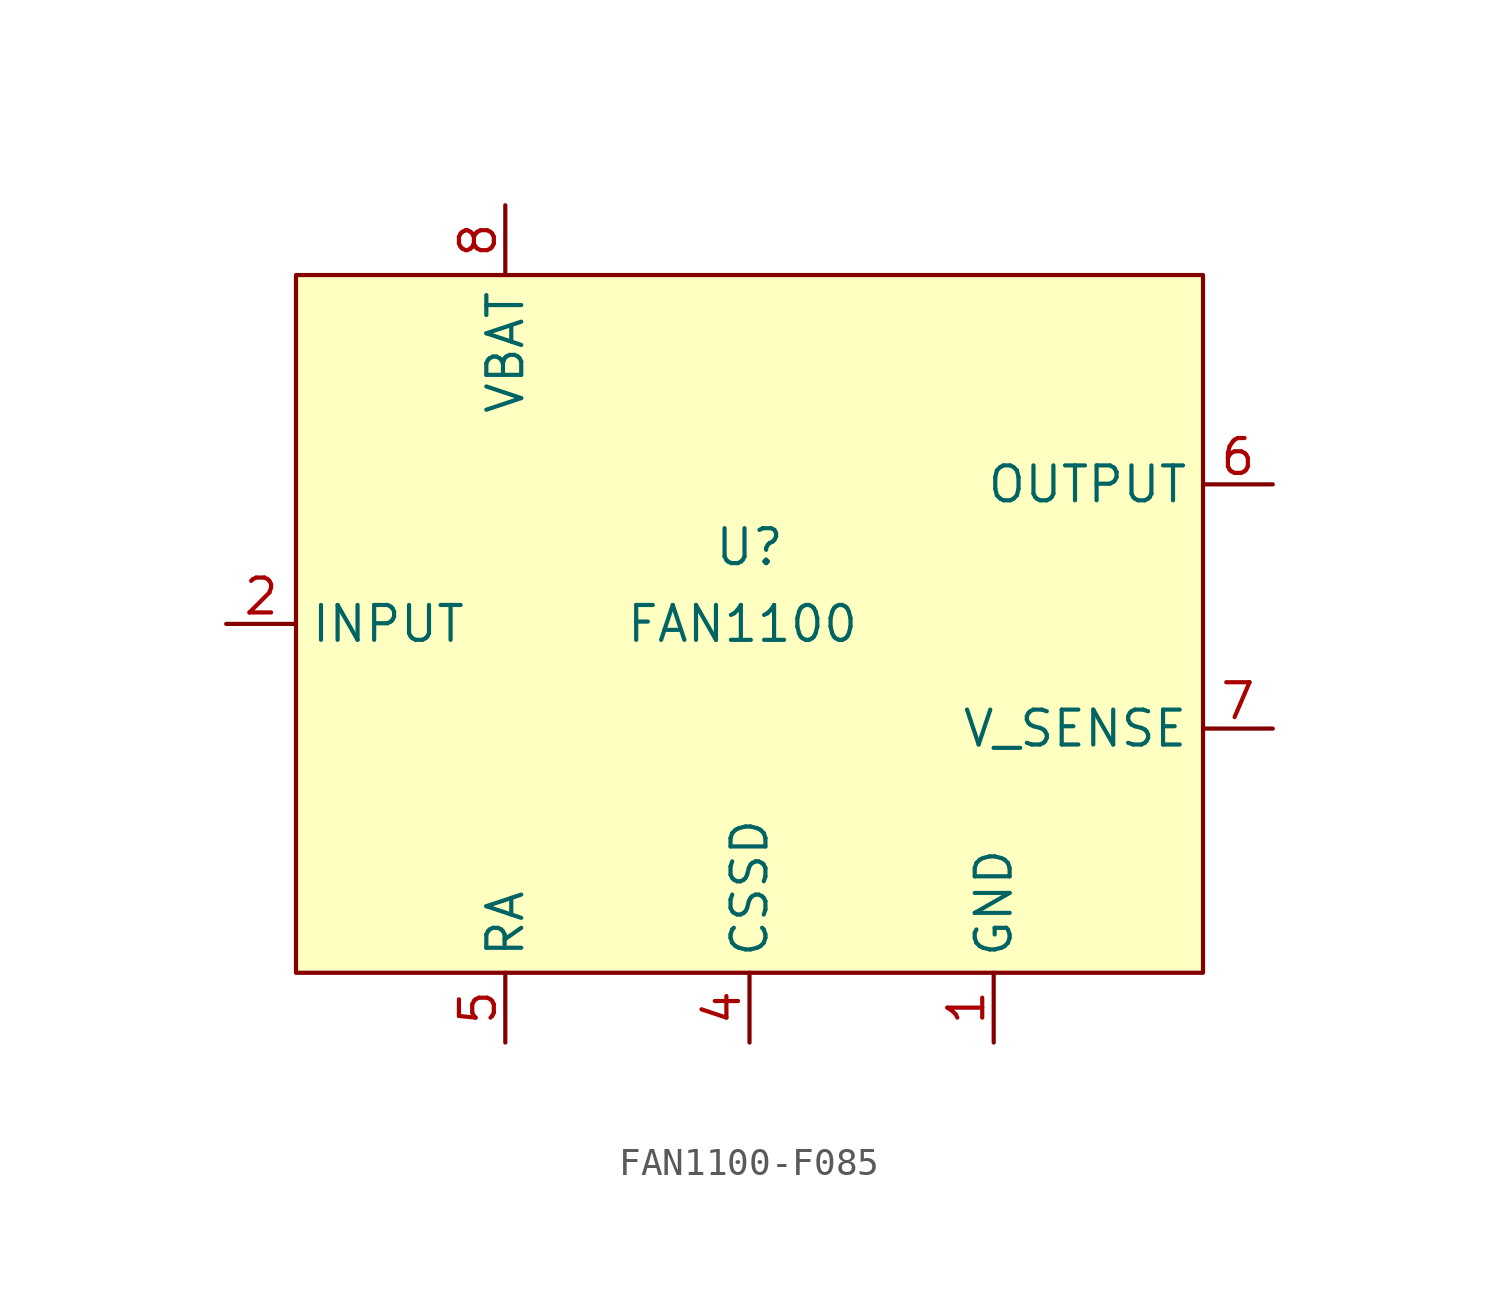
<source format=kicad_sym>
(kicad_symbol_lib
  (version 20231120)
  (generator "kicad_symbol_editor")
  (generator_version "8.0")
  (symbol "FAN1100-F085"
    (property "Reference" "U"
      (at 0 -12.446 0)
      (effects (font (size 1.27 1.27))))
    (property "Value" "FAN1100"
      (at -0.254 -15.24 0)
      (effects (font (size 1.27 1.27))))
    (symbol "FAN1100-F085_1_1"
      (rectangle (start -16.51 -2.54) (end 16.51 -27.94) (stroke (width 0) (type default)) (fill (type background)))
      (pin input line (at 8.89 -30.48 90) (length 2.54) (name "GND" (effects (font (size 1.27 1.27)))) (number "1" (effects (font (size 1.27 1.27)))))
      (pin input line (at -19.05 -15.24 0) (length 2.54) (name "INPUT" (effects (font (size 1.27 1.27)))) (number "2" (effects (font (size 1.27 1.27)))))
      (pin no_connect line (at -19.05 -20.32 0) (length 2.54) hide (name "NC" (effects (font (size 1.27 1.27)))) (number "3" (effects (font (size 1.27 1.27)))))
      (pin input line (at 0 -30.48 90) (length 2.54) (name "CSSD" (effects (font (size 1.27 1.27)))) (number "4" (effects (font (size 1.27 1.27)))))
      (pin input line (at -8.89 -30.48 90) (length 2.54) (name "RA" (effects (font (size 1.27 1.27)))) (number "5" (effects (font (size 1.27 1.27)))))
      (pin input line (at 19.05 -10.16 180) (length 2.54) (name "OUTPUT" (effects (font (size 1.27 1.27)))) (number "6" (effects (font (size 1.27 1.27)))))
      (pin input line (at 19.05 -19.05 180) (length 2.54) (name "V_SENSE" (effects (font (size 1.27 1.27)))) (number "7" (effects (font (size 1.27 1.27)))))
      (pin input line (at -8.89 0 270) (length 2.54) (name "VBAT" (effects (font (size 1.27 1.27)))) (number "8" (effects (font (size 1.27 1.27))))))))
</source>
